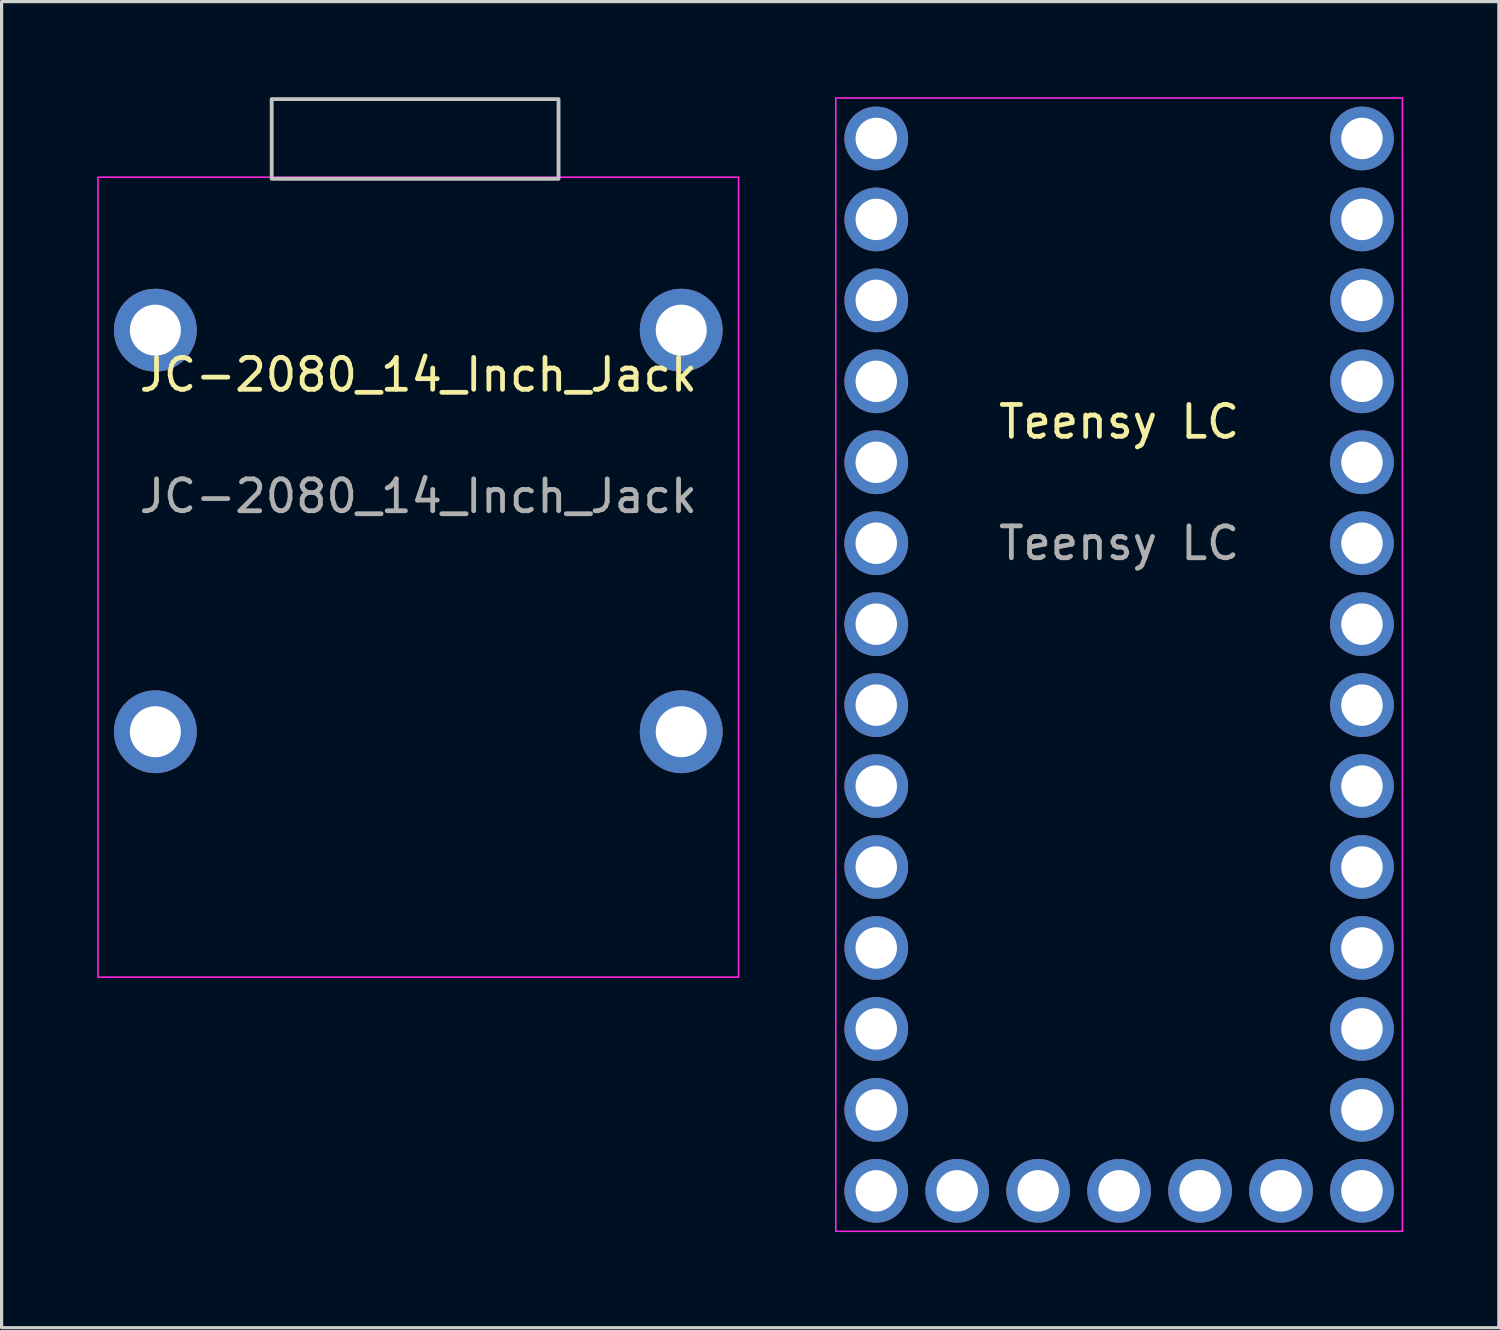
<source format=kicad_pcb>
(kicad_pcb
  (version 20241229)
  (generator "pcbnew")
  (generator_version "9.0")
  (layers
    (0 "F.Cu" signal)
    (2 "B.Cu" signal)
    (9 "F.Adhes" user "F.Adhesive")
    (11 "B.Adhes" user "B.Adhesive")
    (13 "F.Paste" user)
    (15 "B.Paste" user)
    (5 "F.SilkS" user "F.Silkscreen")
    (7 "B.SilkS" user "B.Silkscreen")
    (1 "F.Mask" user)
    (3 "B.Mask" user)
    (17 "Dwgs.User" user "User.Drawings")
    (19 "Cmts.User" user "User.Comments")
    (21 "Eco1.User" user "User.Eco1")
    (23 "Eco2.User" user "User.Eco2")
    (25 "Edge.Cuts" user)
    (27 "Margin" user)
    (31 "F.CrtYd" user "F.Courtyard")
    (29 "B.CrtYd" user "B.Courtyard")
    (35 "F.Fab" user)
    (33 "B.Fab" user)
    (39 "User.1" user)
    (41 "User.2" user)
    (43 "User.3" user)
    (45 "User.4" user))
  (footprint "Teensy LC"
    (layer "F.Cu")
    (at 32.065 17.805)
    (property "Reference" "Teensy LC" (at 0 -7.62 0) (unlocked yes) (layer "F.SilkS") (effects (font (size 1 1) (thickness 0.15))))
    (attr through_hole)
    (fp_rect (start -8.89 -17.78) (end 8.89 17.78) (stroke (width 0.05) (type solid)) (fill no) (layer "F.CrtYd"))
    (fp_text user "${REFERENCE}" (at 0 -3.81 0) (unlocked yes) (layer "F.Fab") (effects (font (size 1 1) (thickness 0.15))))
    (pad "1" thru_hole circle (at 7.62 -16.51) (size 2 2) (drill 1.3) (layers "*.Cu" "*.Mask"))
    (pad "2" thru_hole circle (at 7.62 -13.97) (size 2 2) (drill 1.3) (layers "*.Cu" "*.Mask"))
    (pad "3" thru_hole circle (at 7.62 -11.43) (size 2 2) (drill 1.3) (layers "*.Cu" "*.Mask"))
    (pad "4" thru_hole circle (at 7.62 -8.89) (size 2 2) (drill 1.3) (layers "*.Cu" "*.Mask"))
    (pad "5" thru_hole circle (at 7.62 -6.35) (size 2 2) (drill 1.3) (layers "*.Cu" "*.Mask"))
    (pad "6" thru_hole circle (at 7.62 -3.81) (size 2 2) (drill 1.3) (layers "*.Cu" "*.Mask"))
    (pad "7" thru_hole circle (at 7.62 -1.27) (size 2 2) (drill 1.3) (layers "*.Cu" "*.Mask"))
    (pad "8" thru_hole circle (at 7.62 1.27) (size 2 2) (drill 1.3) (layers "*.Cu" "*.Mask"))
    (pad "9" thru_hole circle (at 7.62 3.81) (size 2 2) (drill 1.3) (layers "*.Cu" "*.Mask"))
    (pad "10" thru_hole circle (at 7.62 6.35) (size 2 2) (drill 1.3) (layers "*.Cu" "*.Mask"))
    (pad "11" thru_hole circle (at 7.62 8.89) (size 2 2) (drill 1.3) (layers "*.Cu" "*.Mask"))
    (pad "12" thru_hole circle (at 7.62 11.43) (size 2 2) (drill 1.3) (layers "*.Cu" "*.Mask"))
    (pad "13" thru_hole circle (at 7.62 13.97) (size 2 2) (drill 1.3) (layers "*.Cu" "*.Mask"))
    (pad "14" thru_hole circle (at 7.62 16.51) (size 2 2) (drill 1.3) (layers "*.Cu" "*.Mask"))
    (pad "15" thru_hole circle (at 5.08 16.51) (size 2 2) (drill 1.3) (layers "*.Cu" "*.Mask"))
    (pad "16" thru_hole circle (at 2.54 16.51) (size 2 2) (drill 1.3) (layers "*.Cu" "*.Mask"))
    (pad "17" thru_hole circle (at 0 16.51) (size 2 2) (drill 1.3) (layers "*.Cu" "*.Mask"))
    (pad "18" thru_hole circle (at -2.54 16.51) (size 2 2) (drill 1.3) (layers "*.Cu" "*.Mask"))
    (pad "19" thru_hole circle (at -5.08 16.51) (size 2 2) (drill 1.3) (layers "*.Cu" "*.Mask"))
    (pad "20" thru_hole circle (at -7.62 16.51) (size 2 2) (drill 1.3) (layers "*.Cu" "*.Mask"))
    (pad "21" thru_hole circle (at -7.62 13.97) (size 2 2) (drill 1.3) (layers "*.Cu" "*.Mask"))
    (pad "22" thru_hole circle (at -7.62 11.43) (size 2 2) (drill 1.3) (layers "*.Cu" "*.Mask"))
    (pad "23" thru_hole circle (at -7.62 8.89) (size 2 2) (drill 1.3) (layers "*.Cu" "*.Mask"))
    (pad "24" thru_hole circle (at -7.62 6.35) (size 2 2) (drill 1.3) (layers "*.Cu" "*.Mask"))
    (pad "25" thru_hole circle (at -7.62 3.81) (size 2 2) (drill 1.3) (layers "*.Cu" "*.Mask"))
    (pad "26" thru_hole circle (at -7.62 1.27) (size 2 2) (drill 1.3) (layers "*.Cu" "*.Mask"))
    (pad "27" thru_hole circle (at -7.62 -1.27) (size 2 2) (drill 1.3) (layers "*.Cu" "*.Mask"))
    (pad "28" thru_hole circle (at -7.62 -3.81) (size 2 2) (drill 1.3) (layers "*.Cu" "*.Mask"))
    (pad "29" thru_hole circle (at -7.62 -6.35) (size 2 2) (drill 1.3) (layers "*.Cu" "*.Mask"))
    (pad "30" thru_hole circle (at -7.62 -8.89) (size 2 2) (drill 1.3) (layers "*.Cu" "*.Mask"))
    (pad "31" thru_hole circle (at -7.62 -11.43) (size 2 2) (drill 1.3) (layers "*.Cu" "*.Mask"))
    (pad "32" thru_hole circle (at -7.62 -13.97) (size 2 2) (drill 1.3) (layers "*.Cu" "*.Mask"))
    (pad "33" thru_hole circle (at -7.62 -16.51) (size 2 2) (drill 1.3) (layers "*.Cu" "*.Mask")))
  (footprint "JC-2080_14_Inch_Jack"
    (layer "F.Cu")
    (at 10.075 15.06)
    (property "Reference" "JC-2080_14_Inch_Jack" (at 0 -6.35 0) (unlocked yes) (layer "F.SilkS") (effects (font (size 1 1) (thickness 0.15))))
    (attr through_hole)
    (fp_rect (start -4.6 -15) (end 4.4 -12.5) (stroke (width 0.12) (type solid)) (fill no) (layer "Dwgs.User"))
    (fp_rect (start -10.05 -12.55) (end 10.05 12.55) (stroke (width 0.05) (type solid)) (fill no) (layer "F.CrtYd"))
    (fp_text user "${REFERENCE}" (at 0 -2.54 0) (unlocked yes) (layer "F.Fab") (effects (font (size 1 1) (thickness 0.15))))
    (pad "1" thru_hole circle (at -8.25 -7.75) (size 2.6 2.6) (drill 1.6) (layers "*.Cu" "*.Mask"))
    (pad "1" thru_hole circle (at 8.25 -7.75) (size 2.6 2.6) (drill 1.6) (layers "*.Cu" "*.Mask"))
    (pad "2" thru_hole circle (at -8.25 4.85) (size 2.6 2.6) (drill 1.6) (layers "*.Cu" "*.Mask"))
    (pad "2" thru_hole circle (at 8.25 4.85) (size 2.6 2.6) (drill 1.6) (layers "*.Cu" "*.Mask")))
  (gr_rect
    (start -3 -3)
    (end 43.98 38.61)
    (stroke (width 0.1) (type default))
    (fill no)
    (layer "Edge.Cuts")))
</source>
